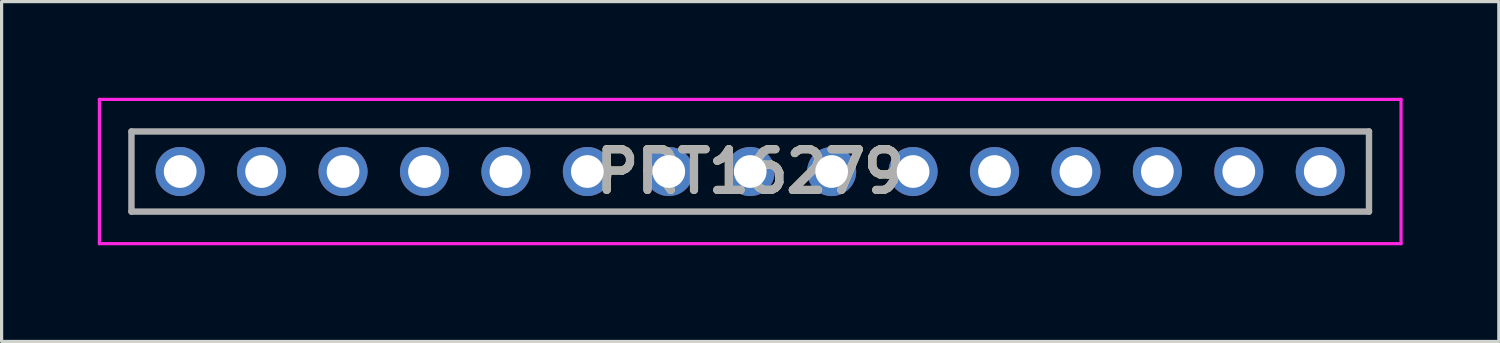
<source format=kicad_pcb>
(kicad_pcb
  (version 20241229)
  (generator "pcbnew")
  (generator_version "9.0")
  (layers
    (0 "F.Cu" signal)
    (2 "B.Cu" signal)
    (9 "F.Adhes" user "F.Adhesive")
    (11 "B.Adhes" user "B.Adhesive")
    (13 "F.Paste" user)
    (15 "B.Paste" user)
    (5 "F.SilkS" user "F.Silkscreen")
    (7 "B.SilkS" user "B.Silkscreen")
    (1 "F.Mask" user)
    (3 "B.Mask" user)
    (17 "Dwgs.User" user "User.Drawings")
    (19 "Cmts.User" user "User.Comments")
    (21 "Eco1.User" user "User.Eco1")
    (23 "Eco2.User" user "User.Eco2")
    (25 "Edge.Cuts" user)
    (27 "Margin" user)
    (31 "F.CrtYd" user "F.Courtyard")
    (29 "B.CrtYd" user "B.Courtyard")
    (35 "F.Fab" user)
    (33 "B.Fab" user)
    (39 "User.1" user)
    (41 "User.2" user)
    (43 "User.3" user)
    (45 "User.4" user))
  (footprint "PRT16279"
    (layer "F.Cu")
    (at 2.57 2.3)
    (property "Reference" "PRT16279" (at 17.78 0 0) (layer "F.SilkS") (effects (font (size 1.27 1.27) (thickness 0.254))))
    (attr through_hole)
    (fp_line (start -1.52 -1.25) (end 37.08 -1.25) (stroke (width 0.1) (type solid)) (layer "F.SilkS"))
    (fp_line (start -1.52 1.25) (end -1.52 -1.25) (stroke (width 0.1) (type solid)) (layer "F.SilkS"))
    (fp_line (start 37.08 -1.25) (end 37.08 1.25) (stroke (width 0.1) (type solid)) (layer "F.SilkS"))
    (fp_line (start 37.08 1.25) (end -1.52 1.25) (stroke (width 0.1) (type solid)) (layer "F.SilkS"))
    (fp_line (start -2.52 -2.25) (end 38.08 -2.25) (stroke (width 0.1) (type solid)) (layer "F.CrtYd"))
    (fp_line (start -2.52 2.25) (end -2.52 -2.25) (stroke (width 0.1) (type solid)) (layer "F.CrtYd"))
    (fp_line (start 38.08 -2.25) (end 38.08 2.25) (stroke (width 0.1) (type solid)) (layer "F.CrtYd"))
    (fp_line (start 38.08 2.25) (end -2.52 2.25) (stroke (width 0.1) (type solid)) (layer "F.CrtYd"))
    (fp_line (start -1.52 -1.25) (end 37.08 -1.25) (stroke (width 0.2) (type solid)) (layer "F.Fab"))
    (fp_line (start -1.52 1.25) (end -1.52 -1.25) (stroke (width 0.2) (type solid)) (layer "F.Fab"))
    (fp_line (start 37.08 -1.25) (end 37.08 1.25) (stroke (width 0.2) (type solid)) (layer "F.Fab"))
    (fp_line (start 37.08 1.25) (end -1.52 1.25) (stroke (width 0.2) (type solid)) (layer "F.Fab"))
    (fp_text user "${REFERENCE}" (at 17.78 0 0) (layer "F.Fab") (effects (font (size 1.27 1.27) (thickness 0.254))))
    (pad "1" thru_hole circle (at 0 0) (size 1.53 1.53) (drill 1.02) (layers "*.Cu" "*.Mask"))
    (pad "2" thru_hole circle (at 2.54 0) (size 1.53 1.53) (drill 1.02) (layers "*.Cu" "*.Mask"))
    (pad "3" thru_hole circle (at 5.08 0) (size 1.53 1.53) (drill 1.02) (layers "*.Cu" "*.Mask"))
    (pad "4" thru_hole circle (at 7.62 0) (size 1.53 1.53) (drill 1.02) (layers "*.Cu" "*.Mask"))
    (pad "5" thru_hole circle (at 10.16 0) (size 1.53 1.53) (drill 1.02) (layers "*.Cu" "*.Mask"))
    (pad "6" thru_hole circle (at 12.7 0) (size 1.53 1.53) (drill 1.02) (layers "*.Cu" "*.Mask"))
    (pad "7" thru_hole circle (at 15.24 0) (size 1.53 1.53) (drill 1.02) (layers "*.Cu" "*.Mask"))
    (pad "8" thru_hole circle (at 17.78 0) (size 1.53 1.53) (drill 1.02) (layers "*.Cu" "*.Mask"))
    (pad "9" thru_hole circle (at 20.32 0) (size 1.53 1.53) (drill 1.02) (layers "*.Cu" "*.Mask"))
    (pad "10" thru_hole circle (at 22.86 0) (size 1.53 1.53) (drill 1.02) (layers "*.Cu" "*.Mask"))
    (pad "11" thru_hole circle (at 25.4 0) (size 1.53 1.53) (drill 1.02) (layers "*.Cu" "*.Mask"))
    (pad "12" thru_hole circle (at 27.94 0) (size 1.53 1.53) (drill 1.02) (layers "*.Cu" "*.Mask"))
    (pad "13" thru_hole circle (at 30.48 0) (size 1.53 1.53) (drill 1.02) (layers "*.Cu" "*.Mask"))
    (pad "14" thru_hole circle (at 33.02 0) (size 1.53 1.53) (drill 1.02) (layers "*.Cu" "*.Mask"))
    (pad "15" thru_hole circle (at 35.56 0) (size 1.53 1.53) (drill 1.02) (layers "*.Cu" "*.Mask")))
  (gr_rect
    (start -3 -3)
    (end 43.7 7.6)
    (stroke (width 0.1) (type default))
    (fill no)
    (layer "Edge.Cuts")))
</source>
